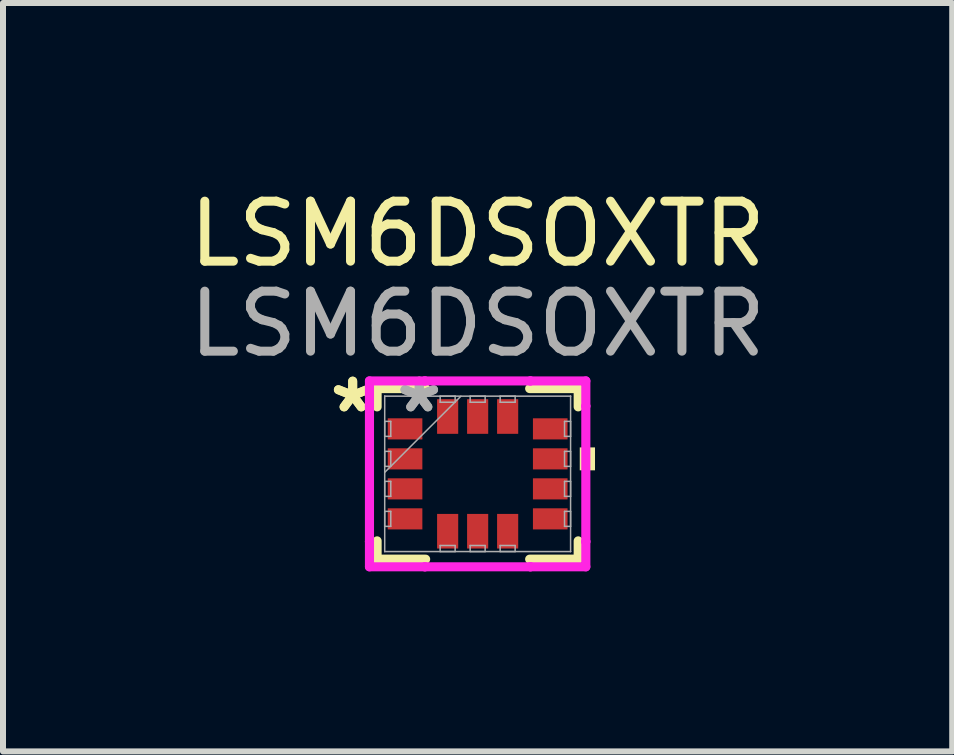
<source format=kicad_pcb>
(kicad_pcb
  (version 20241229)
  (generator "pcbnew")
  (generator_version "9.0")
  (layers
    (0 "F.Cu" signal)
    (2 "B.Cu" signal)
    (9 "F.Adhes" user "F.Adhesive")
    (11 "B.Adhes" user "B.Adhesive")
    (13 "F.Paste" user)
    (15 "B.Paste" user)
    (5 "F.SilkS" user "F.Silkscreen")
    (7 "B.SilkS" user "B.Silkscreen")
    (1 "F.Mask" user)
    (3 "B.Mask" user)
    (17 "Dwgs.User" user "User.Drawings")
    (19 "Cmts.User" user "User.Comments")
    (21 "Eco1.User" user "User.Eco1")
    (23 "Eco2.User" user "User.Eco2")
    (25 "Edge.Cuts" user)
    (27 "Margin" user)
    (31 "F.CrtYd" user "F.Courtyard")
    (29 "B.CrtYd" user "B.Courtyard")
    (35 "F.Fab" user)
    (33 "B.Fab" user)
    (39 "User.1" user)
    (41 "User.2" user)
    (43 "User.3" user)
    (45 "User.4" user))
  (footprint "LSM6DSOXTR"
    (layer "F.Cu")
    (at 4.911 4.848)
    (property "Reference" "LSM6DSOXTR" (at 0 -4 0) (unlocked yes) (layer "F.SilkS") (effects (font (size 1 1) (thickness 0.15))))
    (attr smd)
    (fp_line (start -1.676 -1.422) (end -1.676 -1.117) (stroke (width 0.152) (type solid)) (layer "F.SilkS"))
    (fp_line (start -1.676 1.117) (end -1.676 1.422) (stroke (width 0.152) (type solid)) (layer "F.SilkS"))
    (fp_line (start -1.676 1.422) (end -0.867 1.422) (stroke (width 0.152) (type solid)) (layer "F.SilkS"))
    (fp_line (start -0.867 -1.422) (end -1.676 -1.422) (stroke (width 0.152) (type solid)) (layer "F.SilkS"))
    (fp_line (start 0.867 1.422) (end 1.676 1.422) (stroke (width 0.152) (type solid)) (layer "F.SilkS"))
    (fp_line (start 1.676 -1.422) (end 0.867 -1.422) (stroke (width 0.152) (type solid)) (layer "F.SilkS"))
    (fp_line (start 1.676 -1.117) (end 1.676 -1.422) (stroke (width 0.152) (type solid)) (layer "F.SilkS"))
    (fp_line (start 1.676 1.422) (end 1.676 1.117) (stroke (width 0.152) (type solid)) (layer "F.SilkS"))
    (fp_poly (pts (xy 1.956 -0.441) (xy 1.956 -0.059) (xy 1.702 -0.059) (xy 1.702 -0.441)) (stroke (width 0) (type solid)) (fill yes) (layer "F.SilkS"))
    (fp_line (start -1.803 -1.549) (end -0.879 -1.549) (stroke (width 0.152) (type solid)) (layer "F.CrtYd"))
    (fp_line (start -1.803 -1.129) (end -1.803 -1.549) (stroke (width 0.152) (type solid)) (layer "F.CrtYd"))
    (fp_line (start -1.803 -1.129) (end -1.803 -1.129) (stroke (width 0.152) (type solid)) (layer "F.CrtYd"))
    (fp_line (start -1.803 1.129) (end -1.803 -1.129) (stroke (width 0.152) (type solid)) (layer "F.CrtYd"))
    (fp_line (start -1.803 1.129) (end -1.803 1.129) (stroke (width 0.152) (type solid)) (layer "F.CrtYd"))
    (fp_line (start -1.803 1.549) (end -1.803 1.129) (stroke (width 0.152) (type solid)) (layer "F.CrtYd"))
    (fp_line (start -0.879 -1.549) (end -0.879 -1.549) (stroke (width 0.152) (type solid)) (layer "F.CrtYd"))
    (fp_line (start -0.879 -1.549) (end 0.879 -1.549) (stroke (width 0.152) (type solid)) (layer "F.CrtYd"))
    (fp_line (start -0.879 1.549) (end -1.803 1.549) (stroke (width 0.152) (type solid)) (layer "F.CrtYd"))
    (fp_line (start -0.879 1.549) (end -0.879 1.549) (stroke (width 0.152) (type solid)) (layer "F.CrtYd"))
    (fp_line (start 0.879 -1.549) (end 0.879 -1.549) (stroke (width 0.152) (type solid)) (layer "F.CrtYd"))
    (fp_line (start 0.879 -1.549) (end 1.803 -1.549) (stroke (width 0.152) (type solid)) (layer "F.CrtYd"))
    (fp_line (start 0.879 1.549) (end -0.879 1.549) (stroke (width 0.152) (type solid)) (layer "F.CrtYd"))
    (fp_line (start 0.879 1.549) (end 0.879 1.549) (stroke (width 0.152) (type solid)) (layer "F.CrtYd"))
    (fp_line (start 1.803 -1.549) (end 1.803 -1.129) (stroke (width 0.152) (type solid)) (layer "F.CrtYd"))
    (fp_line (start 1.803 -1.129) (end 1.803 -1.129) (stroke (width 0.152) (type solid)) (layer "F.CrtYd"))
    (fp_line (start 1.803 -1.129) (end 1.803 1.129) (stroke (width 0.152) (type solid)) (layer "F.CrtYd"))
    (fp_line (start 1.803 1.129) (end 1.803 1.129) (stroke (width 0.152) (type solid)) (layer "F.CrtYd"))
    (fp_line (start 1.803 1.129) (end 1.803 1.549) (stroke (width 0.152) (type solid)) (layer "F.CrtYd"))
    (fp_line (start 1.803 1.549) (end 0.879 1.549) (stroke (width 0.152) (type solid)) (layer "F.CrtYd"))
    (fp_line (start -1.549 -1.295) (end -1.549 -1.295) (stroke (width 0.025) (type solid)) (layer "F.Fab"))
    (fp_line (start -1.549 -1.295) (end -1.549 1.295) (stroke (width 0.025) (type solid)) (layer "F.Fab"))
    (fp_line (start -1.549 -0.875) (end -1.448 -0.875) (stroke (width 0.025) (type solid)) (layer "F.Fab"))
    (fp_line (start -1.549 -0.625) (end -1.549 -0.875) (stroke (width 0.025) (type solid)) (layer "F.Fab"))
    (fp_line (start -1.549 -0.375) (end -1.448 -0.375) (stroke (width 0.025) (type solid)) (layer "F.Fab"))
    (fp_line (start -1.549 -0.125) (end -1.549 -0.375) (stroke (width 0.025) (type solid)) (layer "F.Fab"))
    (fp_line (start -1.549 -0.025) (end -0.279 -1.295) (stroke (width 0.025) (type solid)) (layer "F.Fab"))
    (fp_line (start -1.549 0.125) (end -1.448 0.125) (stroke (width 0.025) (type solid)) (layer "F.Fab"))
    (fp_line (start -1.549 0.375) (end -1.549 0.125) (stroke (width 0.025) (type solid)) (layer "F.Fab"))
    (fp_line (start -1.549 0.625) (end -1.448 0.625) (stroke (width 0.025) (type solid)) (layer "F.Fab"))
    (fp_line (start -1.549 0.875) (end -1.549 0.625) (stroke (width 0.025) (type solid)) (layer "F.Fab"))
    (fp_line (start -1.549 1.295) (end -1.549 1.295) (stroke (width 0.025) (type solid)) (layer "F.Fab"))
    (fp_line (start -1.549 1.295) (end 1.549 1.295) (stroke (width 0.025) (type solid)) (layer "F.Fab"))
    (fp_line (start -1.448 -0.875) (end -1.448 -0.625) (stroke (width 0.025) (type solid)) (layer "F.Fab"))
    (fp_line (start -1.448 -0.625) (end -1.549 -0.625) (stroke (width 0.025) (type solid)) (layer "F.Fab"))
    (fp_line (start -1.448 -0.375) (end -1.448 -0.125) (stroke (width 0.025) (type solid)) (layer "F.Fab"))
    (fp_line (start -1.448 -0.125) (end -1.549 -0.125) (stroke (width 0.025) (type solid)) (layer "F.Fab"))
    (fp_line (start -1.448 0.125) (end -1.448 0.375) (stroke (width 0.025) (type solid)) (layer "F.Fab"))
    (fp_line (start -1.448 0.375) (end -1.549 0.375) (stroke (width 0.025) (type solid)) (layer "F.Fab"))
    (fp_line (start -1.448 0.625) (end -1.448 0.875) (stroke (width 0.025) (type solid)) (layer "F.Fab"))
    (fp_line (start -1.448 0.875) (end -1.549 0.875) (stroke (width 0.025) (type solid)) (layer "F.Fab"))
    (fp_line (start -0.625 -1.295) (end -0.375 -1.295) (stroke (width 0.025) (type solid)) (layer "F.Fab"))
    (fp_line (start -0.625 -1.194) (end -0.625 -1.295) (stroke (width 0.025) (type solid)) (layer "F.Fab"))
    (fp_line (start -0.625 1.194) (end -0.375 1.194) (stroke (width 0.025) (type solid)) (layer "F.Fab"))
    (fp_line (start -0.625 1.295) (end -0.625 1.194) (stroke (width 0.025) (type solid)) (layer "F.Fab"))
    (fp_line (start -0.375 -1.295) (end -0.375 -1.194) (stroke (width 0.025) (type solid)) (layer "F.Fab"))
    (fp_line (start -0.375 -1.194) (end -0.625 -1.194) (stroke (width 0.025) (type solid)) (layer "F.Fab"))
    (fp_line (start -0.375 1.194) (end -0.375 1.295) (stroke (width 0.025) (type solid)) (layer "F.Fab"))
    (fp_line (start -0.375 1.295) (end -0.625 1.295) (stroke (width 0.025) (type solid)) (layer "F.Fab"))
    (fp_line (start -0.125 -1.295) (end 0.125 -1.295) (stroke (width 0.025) (type solid)) (layer "F.Fab"))
    (fp_line (start -0.125 -1.194) (end -0.125 -1.295) (stroke (width 0.025) (type solid)) (layer "F.Fab"))
    (fp_line (start -0.125 1.194) (end 0.125 1.194) (stroke (width 0.025) (type solid)) (layer "F.Fab"))
    (fp_line (start -0.125 1.295) (end -0.125 1.194) (stroke (width 0.025) (type solid)) (layer "F.Fab"))
    (fp_line (start 0.125 -1.295) (end 0.125 -1.194) (stroke (width 0.025) (type solid)) (layer "F.Fab"))
    (fp_line (start 0.125 -1.194) (end -0.125 -1.194) (stroke (width 0.025) (type solid)) (layer "F.Fab"))
    (fp_line (start 0.125 1.194) (end 0.125 1.295) (stroke (width 0.025) (type solid)) (layer "F.Fab"))
    (fp_line (start 0.125 1.295) (end -0.125 1.295) (stroke (width 0.025) (type solid)) (layer "F.Fab"))
    (fp_line (start 0.375 -1.295) (end 0.625 -1.295) (stroke (width 0.025) (type solid)) (layer "F.Fab"))
    (fp_line (start 0.375 -1.194) (end 0.375 -1.295) (stroke (width 0.025) (type solid)) (layer "F.Fab"))
    (fp_line (start 0.375 1.194) (end 0.625 1.194) (stroke (width 0.025) (type solid)) (layer "F.Fab"))
    (fp_line (start 0.375 1.295) (end 0.375 1.194) (stroke (width 0.025) (type solid)) (layer "F.Fab"))
    (fp_line (start 0.625 -1.295) (end 0.625 -1.194) (stroke (width 0.025) (type solid)) (layer "F.Fab"))
    (fp_line (start 0.625 -1.194) (end 0.375 -1.194) (stroke (width 0.025) (type solid)) (layer "F.Fab"))
    (fp_line (start 0.625 1.194) (end 0.625 1.295) (stroke (width 0.025) (type solid)) (layer "F.Fab"))
    (fp_line (start 0.625 1.295) (end 0.375 1.295) (stroke (width 0.025) (type solid)) (layer "F.Fab"))
    (fp_line (start 1.448 -0.875) (end 1.549 -0.875) (stroke (width 0.025) (type solid)) (layer "F.Fab"))
    (fp_line (start 1.448 -0.625) (end 1.448 -0.875) (stroke (width 0.025) (type solid)) (layer "F.Fab"))
    (fp_line (start 1.448 -0.375) (end 1.549 -0.375) (stroke (width 0.025) (type solid)) (layer "F.Fab"))
    (fp_line (start 1.448 -0.125) (end 1.448 -0.375) (stroke (width 0.025) (type solid)) (layer "F.Fab"))
    (fp_line (start 1.448 0.125) (end 1.549 0.125) (stroke (width 0.025) (type solid)) (layer "F.Fab"))
    (fp_line (start 1.448 0.375) (end 1.448 0.125) (stroke (width 0.025) (type solid)) (layer "F.Fab"))
    (fp_line (start 1.448 0.625) (end 1.549 0.625) (stroke (width 0.025) (type solid)) (layer "F.Fab"))
    (fp_line (start 1.448 0.875) (end 1.448 0.625) (stroke (width 0.025) (type solid)) (layer "F.Fab"))
    (fp_line (start 1.549 -1.295) (end -1.549 -1.295) (stroke (width 0.025) (type solid)) (layer "F.Fab"))
    (fp_line (start 1.549 -1.295) (end 1.549 -1.295) (stroke (width 0.025) (type solid)) (layer "F.Fab"))
    (fp_line (start 1.549 -0.875) (end 1.549 -0.625) (stroke (width 0.025) (type solid)) (layer "F.Fab"))
    (fp_line (start 1.549 -0.625) (end 1.448 -0.625) (stroke (width 0.025) (type solid)) (layer "F.Fab"))
    (fp_line (start 1.549 -0.375) (end 1.549 -0.125) (stroke (width 0.025) (type solid)) (layer "F.Fab"))
    (fp_line (start 1.549 -0.125) (end 1.448 -0.125) (stroke (width 0.025) (type solid)) (layer "F.Fab"))
    (fp_line (start 1.549 0.125) (end 1.549 0.375) (stroke (width 0.025) (type solid)) (layer "F.Fab"))
    (fp_line (start 1.549 0.375) (end 1.448 0.375) (stroke (width 0.025) (type solid)) (layer "F.Fab"))
    (fp_line (start 1.549 0.625) (end 1.549 0.875) (stroke (width 0.025) (type solid)) (layer "F.Fab"))
    (fp_line (start 1.549 0.875) (end 1.448 0.875) (stroke (width 0.025) (type solid)) (layer "F.Fab"))
    (fp_line (start 1.549 1.295) (end 1.549 -1.295) (stroke (width 0.025) (type solid)) (layer "F.Fab"))
    (fp_line (start 1.549 1.295) (end 1.549 1.295) (stroke (width 0.025) (type solid)) (layer "F.Fab"))
    (fp_text user "*" (at -2.083 -1 0) (unlocked yes) (layer "F.SilkS") (effects (font (size 1 1) (thickness 0.15))))
    (fp_text user "*" (at -2.083 -1 0) (layer "F.SilkS") (effects (font (size 1 1) (thickness 0.15))))
    (fp_text user "*" (at -0.973 -1 0) (layer "F.Fab") (effects (font (size 1 1) (thickness 0.15))))
    (fp_text user "*" (at -0.973 -1 0) (unlocked yes) (layer "F.Fab") (effects (font (size 1 1) (thickness 0.15))))
    (fp_text user "${REFERENCE}" (at 0 -2.5 0) (unlocked yes) (layer "F.Fab") (effects (font (size 1 1) (thickness 0.15))))
    (pad "1" smd rect (at -1.21 -0.75 90) (size 0.352 0.577) (layers "F.Cu" "F.Mask" "F.Paste"))
    (pad "2" smd rect (at -1.21 -0.25 90) (size 0.352 0.577) (layers "F.Cu" "F.Mask" "F.Paste"))
    (pad "3" smd rect (at -1.21 0.25 90) (size 0.352 0.577) (layers "F.Cu" "F.Mask" "F.Paste"))
    (pad "4" smd rect (at -1.21 0.75 90) (size 0.352 0.577) (layers "F.Cu" "F.Mask" "F.Paste"))
    (pad "5" smd rect (at -0.5 0.956) (size 0.352 0.577) (layers "F.Cu" "F.Mask" "F.Paste"))
    (pad "6" smd rect (at 0 0.956) (size 0.352 0.577) (layers "F.Cu" "F.Mask" "F.Paste"))
    (pad "7" smd rect (at 0.5 0.956) (size 0.352 0.577) (layers "F.Cu" "F.Mask" "F.Paste"))
    (pad "8" smd rect (at 1.21 0.75 90) (size 0.352 0.577) (layers "F.Cu" "F.Mask" "F.Paste"))
    (pad "9" smd rect (at 1.21 0.25 90) (size 0.352 0.577) (layers "F.Cu" "F.Mask" "F.Paste"))
    (pad "10" smd rect (at 1.21 -0.25 90) (size 0.352 0.577) (layers "F.Cu" "F.Mask" "F.Paste"))
    (pad "11" smd rect (at 1.21 -0.75 90) (size 0.352 0.577) (layers "F.Cu" "F.Mask" "F.Paste"))
    (pad "12" smd rect (at 0.5 -0.956) (size 0.352 0.577) (layers "F.Cu" "F.Mask" "F.Paste"))
    (pad "13" smd rect (at 0 -0.956) (size 0.352 0.577) (layers "F.Cu" "F.Mask" "F.Paste"))
    (pad "14" smd rect (at -0.5 -0.956) (size 0.352 0.577) (layers "F.Cu" "F.Mask" "F.Paste")))
  (gr_rect
    (start -3 -3)
    (end 12.821 9.474)
    (stroke (width 0.1) (type default))
    (fill no)
    (layer "Edge.Cuts")))
</source>
